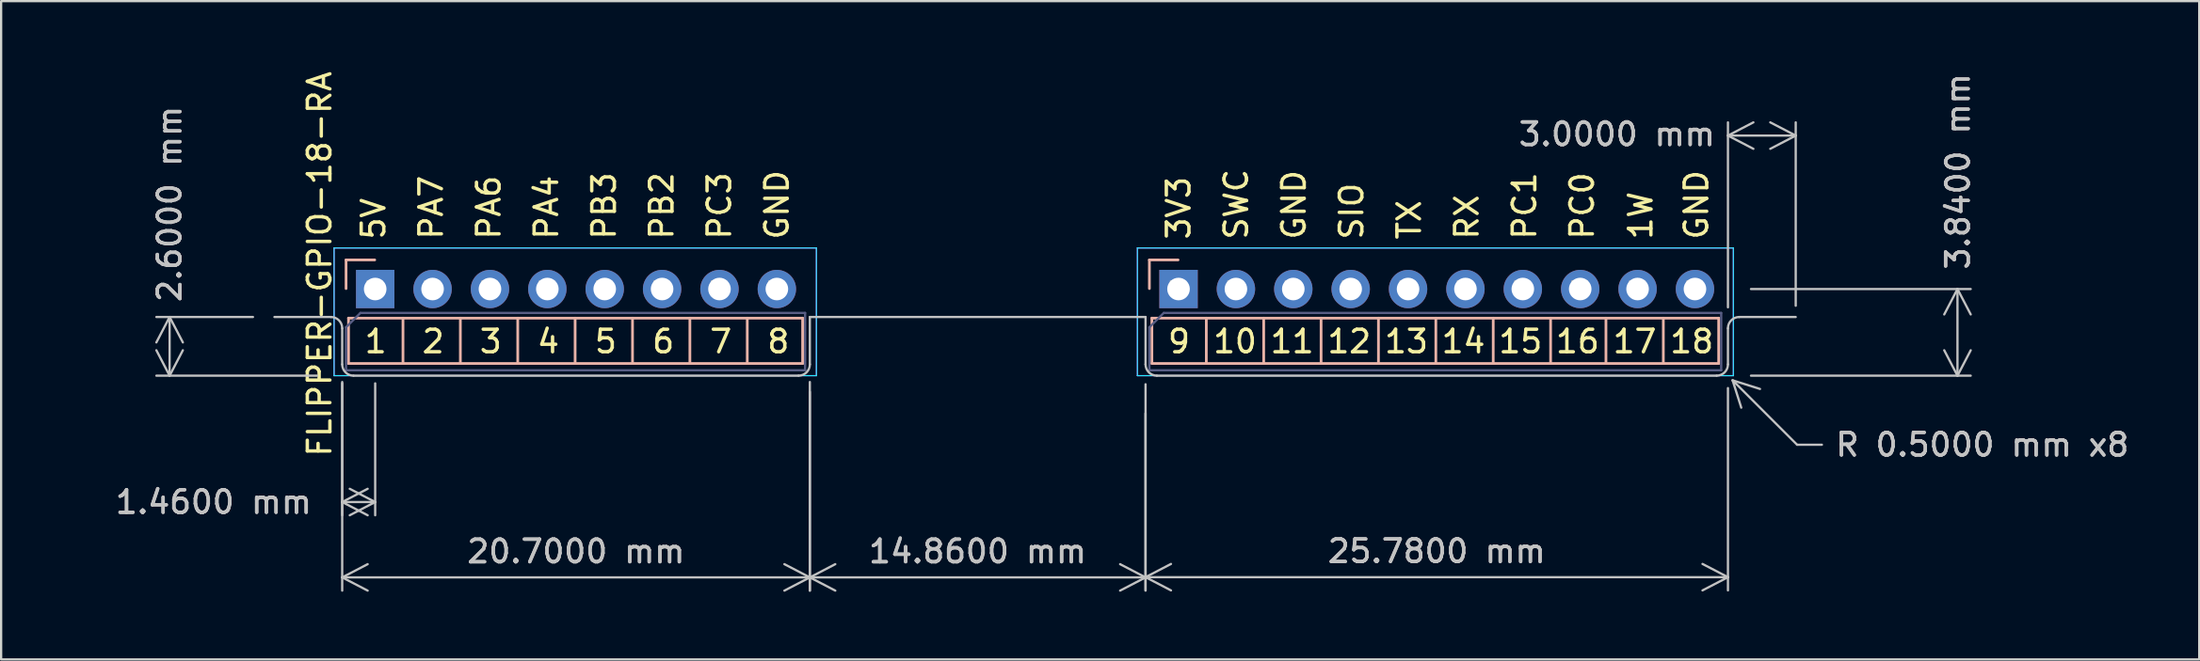
<source format=kicad_pcb>
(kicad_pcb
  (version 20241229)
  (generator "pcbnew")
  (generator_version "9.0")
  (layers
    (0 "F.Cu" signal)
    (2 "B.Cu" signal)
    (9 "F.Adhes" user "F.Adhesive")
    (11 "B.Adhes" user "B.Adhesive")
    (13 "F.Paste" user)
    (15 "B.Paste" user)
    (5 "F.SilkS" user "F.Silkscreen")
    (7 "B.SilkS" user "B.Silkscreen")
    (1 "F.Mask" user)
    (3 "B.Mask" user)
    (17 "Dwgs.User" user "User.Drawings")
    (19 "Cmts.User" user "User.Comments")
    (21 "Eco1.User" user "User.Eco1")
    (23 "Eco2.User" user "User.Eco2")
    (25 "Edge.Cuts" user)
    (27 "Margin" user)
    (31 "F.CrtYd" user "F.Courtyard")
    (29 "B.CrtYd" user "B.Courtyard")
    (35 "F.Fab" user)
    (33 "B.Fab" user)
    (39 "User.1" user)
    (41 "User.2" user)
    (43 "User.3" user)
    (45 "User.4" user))
  (footprint "FLIPPER-GPIO-18-RA"
    (layer "F.Cu")
    (at 13.558 9.759)
    (property "Reference" "FLIPPER-GPIO-18-RA" (at -2.46 -1.11 90) (layer "F.SilkS") (effects (font (size 1 1) (thickness 0.15))))
    (attr through_hole)
    (fp_line (start -1.29 -1.29) (end -1.29 -0.02) (stroke (width 0.12) (type solid)) (layer "B.SilkS"))
    (fp_line (start -1.18 1.29) (end 18.92 1.29) (stroke (width 0.12) (type solid)) (layer "B.SilkS"))
    (fp_line (start -1.18 3.3) (end -1.18 1.29) (stroke (width 0.12) (type solid)) (layer "B.SilkS"))
    (fp_line (start -0.02 -1.29) (end -1.29 -1.29) (stroke (width 0.12) (type solid)) (layer "B.SilkS"))
    (fp_line (start 1.23 1.29) (end 1.23 3.3) (stroke (width 0.12) (type solid)) (layer "B.SilkS"))
    (fp_line (start 3.77 1.29) (end 3.77 3.3) (stroke (width 0.12) (type solid)) (layer "B.SilkS"))
    (fp_line (start 6.31 1.29) (end 6.31 3.3) (stroke (width 0.12) (type solid)) (layer "B.SilkS"))
    (fp_line (start 8.85 1.29) (end 8.85 3.3) (stroke (width 0.12) (type solid)) (layer "B.SilkS"))
    (fp_line (start 11.39 1.29) (end 11.39 3.3) (stroke (width 0.12) (type solid)) (layer "B.SilkS"))
    (fp_line (start 13.93 1.29) (end 13.93 3.3) (stroke (width 0.12) (type solid)) (layer "B.SilkS"))
    (fp_line (start 16.47 1.29) (end 16.47 3.3) (stroke (width 0.12) (type solid)) (layer "B.SilkS"))
    (fp_line (start 18.92 1.29) (end 18.92 3.3) (stroke (width 0.12) (type solid)) (layer "B.SilkS"))
    (fp_line (start 18.92 3.3) (end -1.18 3.3) (stroke (width 0.12) (type solid)) (layer "B.SilkS"))
    (fp_line (start 34.27 -1.29) (end 34.27 -0.02) (stroke (width 0.12) (type solid)) (layer "B.SilkS"))
    (fp_line (start 34.38 1.29) (end 59.47 1.29) (stroke (width 0.12) (type solid)) (layer "B.SilkS"))
    (fp_line (start 34.38 3.3) (end 34.38 1.29) (stroke (width 0.12) (type solid)) (layer "B.SilkS"))
    (fp_line (start 35.54 -1.29) (end 34.27 -1.29) (stroke (width 0.12) (type solid)) (layer "B.SilkS"))
    (fp_line (start 36.79 1.29) (end 36.79 3.3) (stroke (width 0.12) (type solid)) (layer "B.SilkS"))
    (fp_line (start 39.33 1.29) (end 39.33 3.3) (stroke (width 0.12) (type solid)) (layer "B.SilkS"))
    (fp_line (start 41.87 1.29) (end 41.87 3.3) (stroke (width 0.12) (type solid)) (layer "B.SilkS"))
    (fp_line (start 44.41 1.29) (end 44.41 3.3) (stroke (width 0.12) (type solid)) (layer "B.SilkS"))
    (fp_line (start 46.95 1.29) (end 46.95 3.3) (stroke (width 0.12) (type solid)) (layer "B.SilkS"))
    (fp_line (start 49.49 1.29) (end 49.49 3.3) (stroke (width 0.12) (type solid)) (layer "B.SilkS"))
    (fp_line (start 52.03 1.29) (end 52.03 3.3) (stroke (width 0.12) (type solid)) (layer "B.SilkS"))
    (fp_line (start 54.48 1.29) (end 54.48 3.3) (stroke (width 0.12) (type solid)) (layer "B.SilkS"))
    (fp_line (start 57.02 1.29) (end 57.02 3.3) (stroke (width 0.12) (type solid)) (layer "B.SilkS"))
    (fp_line (start 59.47 1.29) (end 59.47 3.3) (stroke (width 0.12) (type solid)) (layer "B.SilkS"))
    (fp_line (start 59.47 3.3) (end 34.38 3.3) (stroke (width 0.12) (type solid)) (layer "B.SilkS"))
    (fp_line (start -1.96 1.24) (end -4.46 1.24) (stroke (width 0.1) (type default)) (layer "Dwgs.User"))
    (fp_line (start -1.46 3.34) (end -1.46 1.74) (stroke (width 0.1) (type default)) (layer "Dwgs.User"))
    (fp_line (start -0.96 3.84) (end 18.74 3.84) (stroke (width 0.1) (type default)) (layer "Dwgs.User"))
    (fp_line (start 19.24 1.24) (end 34.1 1.24) (stroke (width 0.1) (type default)) (layer "Dwgs.User"))
    (fp_line (start 19.24 3.34) (end 19.24 1.24) (stroke (width 0.1) (type default)) (layer "Dwgs.User"))
    (fp_line (start 34.1 3.34) (end 34.1 1.24) (stroke (width 0.1) (type default)) (layer "Dwgs.User"))
    (fp_line (start 34.6 3.84) (end 59.38 3.84) (stroke (width 0.1) (type default)) (layer "Dwgs.User"))
    (fp_line (start 59.88 3.34) (end 59.88 1.74) (stroke (width 0.1) (type default)) (layer "Dwgs.User"))
    (fp_line (start 60.38 1.24) (end 62.88 1.24) (stroke (width 0.1) (type default)) (layer "Dwgs.User"))
    (fp_arc (start -1.96 1.24) (mid -1.606447 1.386447) (end -1.46 1.74) (stroke (width 0.1) (type default)) (layer "Dwgs.User"))
    (fp_arc (start -0.96 3.84) (mid -1.313553 3.693553) (end -1.46 3.34) (stroke (width 0.1) (type default)) (layer "Dwgs.User"))
    (fp_arc (start 19.24 3.34) (mid 19.093553 3.693553) (end 18.74 3.84) (stroke (width 0.1) (type default)) (layer "Dwgs.User"))
    (fp_arc (start 34.6 3.84) (mid 34.246447 3.693553) (end 34.1 3.34) (stroke (width 0.1) (type default)) (layer "Dwgs.User"))
    (fp_arc (start 59.88 1.74) (mid 60.026447 1.386447) (end 60.38 1.24) (stroke (width 0.1) (type default)) (layer "Dwgs.User"))
    (fp_arc (start 59.88 3.34) (mid 59.733553 3.693553) (end 59.38 3.84) (stroke (width 0.1) (type default)) (layer "Dwgs.User"))
    (fp_line (start -1.82 -1.82) (end 19.53 -1.82) (stroke (width 0.05) (type solid)) (layer "B.CrtYd"))
    (fp_line (start -1.82 3.84) (end -1.82 -1.82) (stroke (width 0.05) (type solid)) (layer "B.CrtYd"))
    (fp_line (start 19.53 -1.82) (end 19.53 3.84) (stroke (width 0.05) (type solid)) (layer "B.CrtYd"))
    (fp_line (start 19.53 3.84) (end -1.82 3.84) (stroke (width 0.05) (type solid)) (layer "B.CrtYd"))
    (fp_line (start 33.74 -1.82) (end 60.12 -1.82) (stroke (width 0.05) (type solid)) (layer "B.CrtYd"))
    (fp_line (start 33.74 3.84) (end 33.74 -1.82) (stroke (width 0.05) (type solid)) (layer "B.CrtYd"))
    (fp_line (start 60.12 -1.82) (end 60.12 3.84) (stroke (width 0.05) (type solid)) (layer "B.CrtYd"))
    (fp_line (start 60.12 3.84) (end 33.74 3.84) (stroke (width 0.05) (type solid)) (layer "B.CrtYd"))
    (fp_line (start -1.82 -1.82) (end 19.53 -1.82) (stroke (width 0.05) (type solid)) (layer "F.CrtYd"))
    (fp_line (start -1.82 3.84) (end -1.82 -1.82) (stroke (width 0.05) (type solid)) (layer "F.CrtYd"))
    (fp_line (start 19.53 -1.82) (end 19.53 3.84) (stroke (width 0.05) (type solid)) (layer "F.CrtYd"))
    (fp_line (start 19.53 3.84) (end -1.82 3.84) (stroke (width 0.05) (type solid)) (layer "F.CrtYd"))
    (fp_line (start 33.74 -1.82) (end 60.12 -1.82) (stroke (width 0.05) (type solid)) (layer "F.CrtYd"))
    (fp_line (start 33.74 3.84) (end 33.74 -1.82) (stroke (width 0.05) (type solid)) (layer "F.CrtYd"))
    (fp_line (start 60.12 -1.82) (end 60.12 3.84) (stroke (width 0.05) (type solid)) (layer "F.CrtYd"))
    (fp_line (start 60.12 3.84) (end 33.74 3.84) (stroke (width 0.05) (type solid)) (layer "F.CrtYd"))
    (fp_line (start -1.29 1.695) (end -1.29 3.6) (stroke (width 0.1) (type solid)) (layer "B.Fab"))
    (fp_line (start -1.29 3.6) (end 19.03 3.6) (stroke (width 0.1) (type solid)) (layer "B.Fab"))
    (fp_line (start -0.655 1.06) (end -1.29 1.695) (stroke (width 0.1) (type solid)) (layer "B.Fab"))
    (fp_line (start 19.03 1.06) (end -0.655 1.06) (stroke (width 0.1) (type solid)) (layer "B.Fab"))
    (fp_line (start 19.03 3.6) (end 19.03 1.06) (stroke (width 0.1) (type solid)) (layer "B.Fab"))
    (fp_line (start 34.27 1.695) (end 34.27 3.6) (stroke (width 0.1) (type solid)) (layer "B.Fab"))
    (fp_line (start 34.27 3.6) (end 59.58 3.6) (stroke (width 0.1) (type solid)) (layer "B.Fab"))
    (fp_line (start 34.905 1.06) (end 34.27 1.695) (stroke (width 0.1) (type solid)) (layer "B.Fab"))
    (fp_line (start 59.58 1.06) (end 34.905 1.06) (stroke (width 0.1) (type solid)) (layer "B.Fab"))
    (fp_line (start 59.582 3.6) (end 59.582 1.06) (stroke (width 0.1) (type solid)) (layer "B.Fab"))
    (fp_line (start -0.34 -0.34) (end 0.3 -0.34) (stroke (width 0.1) (type solid)) (layer "F.Fab"))
    (fp_line (start 2.2 -0.34) (end 2.84 -0.34) (stroke (width 0.1) (type solid)) (layer "F.Fab"))
    (fp_line (start 4.74 -0.34) (end 5.38 -0.34) (stroke (width 0.1) (type solid)) (layer "F.Fab"))
    (fp_line (start 7.28 -0.34) (end 7.92 -0.34) (stroke (width 0.1) (type solid)) (layer "F.Fab"))
    (fp_line (start 9.82 -0.34) (end 10.46 -0.34) (stroke (width 0.1) (type solid)) (layer "F.Fab"))
    (fp_line (start 12.36 -0.34) (end 13 -0.34) (stroke (width 0.1) (type solid)) (layer "F.Fab"))
    (fp_line (start 14.9 -0.34) (end 15.54 -0.34) (stroke (width 0.1) (type solid)) (layer "F.Fab"))
    (fp_line (start 17.44 -0.34) (end 18.08 -0.34) (stroke (width 0.1) (type solid)) (layer "F.Fab"))
    (fp_line (start 35.22 -0.34) (end 35.86 -0.34) (stroke (width 0.1) (type solid)) (layer "F.Fab"))
    (fp_line (start 37.76 -0.34) (end 38.4 -0.34) (stroke (width 0.1) (type solid)) (layer "F.Fab"))
    (fp_line (start 40.3 -0.34) (end 40.94 -0.34) (stroke (width 0.1) (type solid)) (layer "F.Fab"))
    (fp_line (start 42.84 -0.34) (end 43.48 -0.34) (stroke (width 0.1) (type solid)) (layer "F.Fab"))
    (fp_line (start 45.38 -0.34) (end 46.02 -0.34) (stroke (width 0.1) (type solid)) (layer "F.Fab"))
    (fp_line (start 47.92 -0.34) (end 48.56 -0.34) (stroke (width 0.1) (type solid)) (layer "F.Fab"))
    (fp_line (start 50.46 -0.34) (end 51.1 -0.34) (stroke (width 0.1) (type solid)) (layer "F.Fab"))
    (fp_line (start 53 -0.34) (end 53.64 -0.34) (stroke (width 0.1) (type solid)) (layer "F.Fab"))
    (fp_line (start 53 -0.34) (end 53.64 -0.34) (stroke (width 0.1) (type solid)) (layer "F.Fab"))
    (fp_line (start 55.54 -0.34) (end 56.18 -0.34) (stroke (width 0.1) (type solid)) (layer "F.Fab"))
    (fp_line (start 58.08 -0.34) (end 58.72 -0.34) (stroke (width 0.1) (type solid)) (layer "F.Fab"))
    (fp_text user "PB2" (at 13.267 -2.11 90) (unlocked yes) (layer "F.SilkS") (effects (font (size 1 1) (thickness 0.15)) (justify left bottom)))
    (fp_text user "TX" (at 46.356 -2.11 90) (unlocked yes) (layer "F.SilkS") (effects (font (size 1 1) (thickness 0.15)) (justify left bottom)))
    (fp_text user "2" (at 1.993 2.91 0) (unlocked yes) (layer "F.SilkS") (effects (font (size 1 1) (thickness 0.15)) (justify left bottom)))
    (fp_text user "PC0" (at 54.01 -2.11 90) (unlocked yes) (layer "F.SilkS") (effects (font (size 1 1) (thickness 0.15)) (justify left bottom)))
    (fp_text user "14" (at 47.12 2.91 0) (unlocked yes) (layer "F.SilkS") (effects (font (size 1 1) (thickness 0.15)) (justify left bottom)))
    (fp_text user "3" (at 4.539 2.91 0) (unlocked yes) (layer "F.SilkS") (effects (font (size 1 1) (thickness 0.15)) (justify left bottom)))
    (fp_text user "13" (at 44.593 2.91 0) (unlocked yes) (layer "F.SilkS") (effects (font (size 1 1) (thickness 0.15)) (justify left bottom)))
    (fp_text user "7" (at 14.724 2.91 0) (unlocked yes) (layer "F.SilkS") (effects (font (size 1 1) (thickness 0.15)) (justify left bottom)))
    (fp_text user "SWC" (at 38.701 -2.11 90) (unlocked yes) (layer "F.SilkS") (effects (font (size 1 1) (thickness 0.15)) (justify left bottom)))
    (fp_text user "12" (at 42.065 2.91 0) (unlocked yes) (layer "F.SilkS") (effects (font (size 1 1) (thickness 0.15)) (justify left bottom)))
    (fp_text user "5" (at 9.632 2.91 0) (unlocked yes) (layer "F.SilkS") (effects (font (size 1 1) (thickness 0.15)) (justify left bottom)))
    (fp_text user "PC1" (at 51.459 -2.11 90) (unlocked yes) (layer "F.SilkS") (effects (font (size 1 1) (thickness 0.15)) (justify left bottom)))
    (fp_text user "18" (at 57.23 2.91 0) (unlocked yes) (layer "F.SilkS") (effects (font (size 1 1) (thickness 0.15)) (justify left bottom)))
    (fp_text user "3V3" (at 36.15 -2.11 90) (unlocked yes) (layer "F.SilkS") (effects (font (size 1 1) (thickness 0.15)) (justify left bottom)))
    (fp_text user "PC3" (at 15.819 -2.11 90) (unlocked yes) (layer "F.SilkS") (effects (font (size 1 1) (thickness 0.15)) (justify left bottom)))
    (fp_text user "PA4" (at 8.164 -2.11 90) (unlocked yes) (layer "F.SilkS") (effects (font (size 1 1) (thickness 0.15)) (justify left bottom)))
    (fp_text user "16" (at 52.175 2.91 0) (unlocked yes) (layer "F.SilkS") (effects (font (size 1 1) (thickness 0.15)) (justify left bottom)))
    (fp_text user "PA7" (at 3.061 -2.11 90) (unlocked yes) (layer "F.SilkS") (effects (font (size 1 1) (thickness 0.15)) (justify left bottom)))
    (fp_text user "11" (at 39.538 2.91 0) (unlocked yes) (layer "F.SilkS") (effects (font (size 1 1) (thickness 0.15)) (justify left bottom)))
    (fp_text user "15" (at 49.648 2.91 0) (unlocked yes) (layer "F.SilkS") (effects (font (size 1 1) (thickness 0.15)) (justify left bottom)))
    (fp_text user "PA6" (at 5.613 -2.11 90) (unlocked yes) (layer "F.SilkS") (effects (font (size 1 1) (thickness 0.15)) (justify left bottom)))
    (fp_text user "GND" (at 18.37 -2.11 90) (unlocked yes) (layer "F.SilkS") (effects (font (size 1 1) (thickness 0.15)) (justify left bottom)))
    (fp_text user "4" (at 7.086 2.91 0) (unlocked yes) (layer "F.SilkS") (effects (font (size 1 1) (thickness 0.15)) (justify left bottom)))
    (fp_text user "SIO" (at 43.804 -2.11 90) (unlocked yes) (layer "F.SilkS") (effects (font (size 1 1) (thickness 0.15)) (justify left bottom)))
    (fp_text user "GND" (at 59.07 -2.11 90) (unlocked yes) (layer "F.SilkS") (effects (font (size 1 1) (thickness 0.15)) (justify left bottom)))
    (fp_text user "17" (at 54.703 2.91 0) (unlocked yes) (layer "F.SilkS") (effects (font (size 1 1) (thickness 0.15)) (justify left bottom)))
    (fp_text user "GND" (at 41.253 -2.11 90) (unlocked yes) (layer "F.SilkS") (effects (font (size 1 1) (thickness 0.15)) (justify left bottom)))
    (fp_text user "1" (at -0.553 2.91 0) (unlocked yes) (layer "F.SilkS") (effects (font (size 1 1) (thickness 0.15)) (justify left bottom)))
    (fp_text user "6" (at 12.178 2.91 0) (unlocked yes) (layer "F.SilkS") (effects (font (size 1 1) (thickness 0.15)) (justify left bottom)))
    (fp_text user "5V" (at 0.51 -2.11 90) (unlocked yes) (layer "F.SilkS") (effects (font (size 1 1) (thickness 0.15)) (justify left bottom)))
    (fp_text user "9" (at 35.007 2.91 0) (unlocked yes) (layer "F.SilkS") (effects (font (size 1 1) (thickness 0.15)) (justify left bottom)))
    (fp_text user "10" (at 37.01 2.91 0) (unlocked yes) (layer "F.SilkS") (effects (font (size 1 1) (thickness 0.15)) (justify left bottom)))
    (fp_text user "RX" (at 48.907 -2.11 90) (unlocked yes) (layer "F.SilkS") (effects (font (size 1 1) (thickness 0.15)) (justify left bottom)))
    (fp_text user "PB3" (at 10.716 -2.11 90) (unlocked yes) (layer "F.SilkS") (effects (font (size 1 1) (thickness 0.15)) (justify left bottom)))
    (fp_text user "8" (at 17.27 2.91 0) (unlocked yes) (layer "F.SilkS") (effects (font (size 1 1) (thickness 0.15)) (justify left bottom)))
    (fp_text user "1W" (at 56.6 -2.11 90) (unlocked yes) (layer "F.SilkS") (effects (font (size 1 1) (thickness 0.15)) (justify left bottom)))
    (dimension (type aligned) (layer "Dwgs.User") (pts (xy 12.098 13.439) (xy 13.558 13.439)) (height 5.76) (format (prefix "") (suffix "") (units 3) (units_format 1) (precision 4)) (style (thickness 0.1) (arrow_length 1.27) (text_position_mode 2) (arrow_direction outward) (extension_height 0.586) (extension_offset 0.5) (keep_text_aligned yes)) (gr_text "1.4600 mm" (at 6.408 19.199 0) (layer "Dwgs.User") (effects (font (size 1 1) (thickness 0.15)))))
    (dimension (type aligned) (layer "Dwgs.User") (pts (xy 12.098 13.379) (xy 32.798 13.379)) (height 9.16) (format (prefix "") (suffix "") (units 3) (units_format 1) (precision 4)) (style (thickness 0.1) (arrow_length 1.27) (text_position_mode 0) (arrow_direction outward) (extension_height 0.586) (extension_offset 0.5) (keep_text_aligned yes)) (gr_text "20.7000 mm" (at 22.448 21.389 0) (layer "Dwgs.User") (effects (font (size 1 1) (thickness 0.15)))))
    (dimension (type leader) (layer "Dwgs.User") (pts (xy 73.292 13.452) (xy 76.498 16.659)) (format (prefix "") (suffix "") (units 0) (units_format 0) (precision 4) (override_value "R 0.5000 mm x8")) (style (thickness 0.1) (arrow_length 1.27) (text_position_mode 0) (text_frame 0) (extension_offset 0.5)) (gr_text "R 0.5000 mm x8" (at 84.698 16.659 0) (layer "Dwgs.User") (effects (font (size 1 1) (thickness 0.15)))))
    (dimension (type orthogonal) (layer "Dwgs.User") (pts (xy 8.648 10.999) (xy 11.488 13.599)) (height -4.19) (orientation 1) (format (prefix "") (suffix "") (units 3) (units_format 1) (precision 4)) (style (thickness 0.1) (arrow_length 1.27) (text_position_mode 2) (arrow_direction outward) (extension_height 0.586) (extension_offset 0.5) (keep_text_aligned yes)) (gr_text "2.6000 mm" (at 4.458 5.989 90) (layer "Dwgs.User") (effects (font (size 1 1) (thickness 0.15)))))
    (dimension (type orthogonal) (layer "Dwgs.User") (pts (xy 47.658 13.479) (xy 73.438 13.649)) (height 9.05) (orientation 0) (format (prefix "") (suffix "") (units 3) (units_format 1) (precision 4)) (style (thickness 0.1) (arrow_length 1.27) (text_position_mode 0) (arrow_direction outward) (extension_height 0.586) (extension_offset 0.5) (keep_text_aligned yes)) (gr_text "25.7800 mm" (at 60.548 21.379 0) (layer "Dwgs.User") (effects (font (size 1 1) (thickness 0.15)))))
    (dimension (type orthogonal) (layer "Dwgs.User") (pts (xy 32.798 13.819) (xy 47.658 14.769)) (height 8.72) (orientation 0) (format (prefix "") (suffix "") (units 3) (units_format 1) (precision 4)) (style (thickness 0.1) (arrow_length 1.27) (text_position_mode 0) (arrow_direction outward) (extension_height 0.586) (extension_offset 0.5) (keep_text_aligned yes)) (gr_text "14.8600 mm" (at 40.228 21.389 0) (layer "Dwgs.User") (effects (font (size 1 1) (thickness 0.15)))))
    (dimension (type orthogonal) (layer "Dwgs.User") (pts (xy 73.958 9.759) (xy 73.958 13.599)) (height 9.64) (orientation 1) (format (prefix "") (suffix "") (units 3) (units_format 1) (precision 4)) (style (thickness 0.1) (arrow_length 1.27) (text_position_mode 2) (arrow_direction outward) (extension_height 0.586) (extension_offset 0.5) (keep_text_aligned yes)) (gr_text "3.8400 mm" (at 83.618 4.549 90) (layer "Dwgs.User") (effects (font (size 1 1) (thickness 0.15)))))
    (dimension (type orthogonal) (layer "Dwgs.User") (pts (xy 76.438 10.999) (xy 73.438 11.069)) (height -8.04) (orientation 0) (format (prefix "") (suffix "") (units 3) (units_format 1) (precision 4)) (style (thickness 0.1) (arrow_length 1.27) (text_position_mode 2) (arrow_direction outward) (extension_height 0.586) (extension_offset 0.5) (keep_text_aligned yes)) (gr_text "3.0000 mm" (at 68.528 2.899 0) (layer "Dwgs.User") (effects (font (size 1 1) (thickness 0.15)))))
    (pad "1" thru_hole rect (at 0 0 270) (size 1.7 1.7) (drill 1) (layers "*.Cu" "*.Mask"))
    (pad "2" thru_hole oval (at 2.54 0 270) (size 1.7 1.7) (drill 1) (layers "*.Cu" "*.Mask"))
    (pad "3" thru_hole oval (at 5.08 0 270) (size 1.7 1.7) (drill 1) (layers "*.Cu" "*.Mask"))
    (pad "4" thru_hole oval (at 7.62 0 270) (size 1.7 1.7) (drill 1) (layers "*.Cu" "*.Mask"))
    (pad "5" thru_hole oval (at 10.16 0 270) (size 1.7 1.7) (drill 1) (layers "*.Cu" "*.Mask"))
    (pad "6" thru_hole oval (at 12.7 0 270) (size 1.7 1.7) (drill 1) (layers "*.Cu" "*.Mask"))
    (pad "7" thru_hole oval (at 15.24 0 270) (size 1.7 1.7) (drill 1) (layers "*.Cu" "*.Mask"))
    (pad "8" thru_hole oval (at 17.78 0 270) (size 1.7 1.7) (drill 1) (layers "*.Cu" "*.Mask"))
    (pad "9" thru_hole rect (at 35.56 0 270) (size 1.7 1.7) (drill 1) (layers "*.Cu" "*.Mask"))
    (pad "10" thru_hole oval (at 38.1 0 270) (size 1.7 1.7) (drill 1) (layers "*.Cu" "*.Mask"))
    (pad "11" thru_hole oval (at 40.64 0 270) (size 1.7 1.7) (drill 1) (layers "*.Cu" "*.Mask"))
    (pad "12" thru_hole oval (at 43.18 0 270) (size 1.7 1.7) (drill 1) (layers "*.Cu" "*.Mask"))
    (pad "13" thru_hole oval (at 45.72 0 270) (size 1.7 1.7) (drill 1) (layers "*.Cu" "*.Mask"))
    (pad "14" thru_hole oval (at 48.26 0 270) (size 1.7 1.7) (drill 1) (layers "*.Cu" "*.Mask"))
    (pad "15" thru_hole oval (at 50.8 0 270) (size 1.7 1.7) (drill 1) (layers "*.Cu" "*.Mask"))
    (pad "16" thru_hole oval (at 53.34 0 270) (size 1.7 1.7) (drill 1) (layers "*.Cu" "*.Mask"))
    (pad "17" thru_hole oval (at 55.88 0 270) (size 1.7 1.7) (drill 1) (layers "*.Cu" "*.Mask"))
    (pad "18" thru_hole oval (at 58.42 0 270) (size 1.7 1.7) (drill 1) (layers "*.Cu" "*.Mask")))
  (gr_rect
    (start -3 -3)
    (end 94.3 26.175)
    (stroke (width 0.1) (type default))
    (fill no)
    (layer "Edge.Cuts")))
</source>
